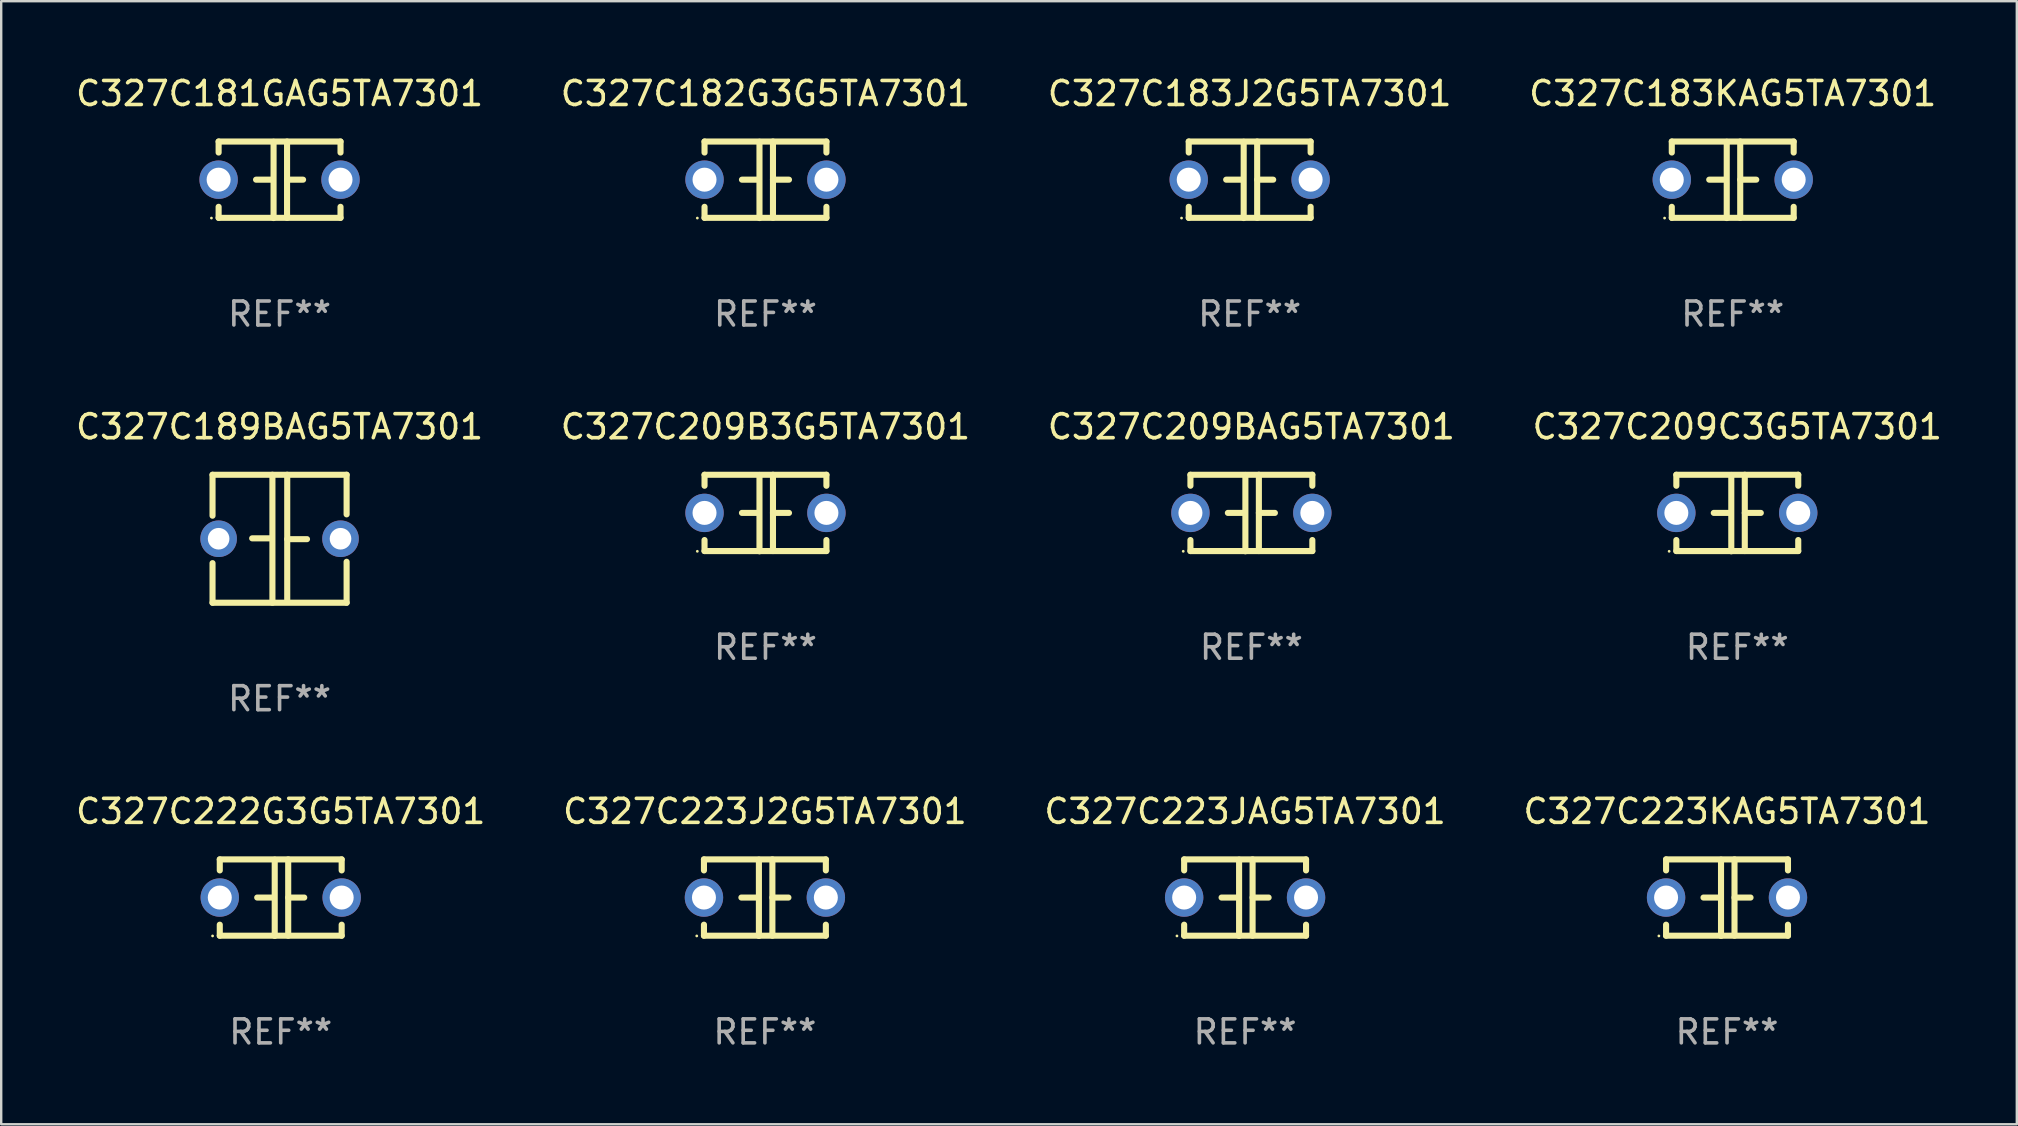
<source format=kicad_pcb>
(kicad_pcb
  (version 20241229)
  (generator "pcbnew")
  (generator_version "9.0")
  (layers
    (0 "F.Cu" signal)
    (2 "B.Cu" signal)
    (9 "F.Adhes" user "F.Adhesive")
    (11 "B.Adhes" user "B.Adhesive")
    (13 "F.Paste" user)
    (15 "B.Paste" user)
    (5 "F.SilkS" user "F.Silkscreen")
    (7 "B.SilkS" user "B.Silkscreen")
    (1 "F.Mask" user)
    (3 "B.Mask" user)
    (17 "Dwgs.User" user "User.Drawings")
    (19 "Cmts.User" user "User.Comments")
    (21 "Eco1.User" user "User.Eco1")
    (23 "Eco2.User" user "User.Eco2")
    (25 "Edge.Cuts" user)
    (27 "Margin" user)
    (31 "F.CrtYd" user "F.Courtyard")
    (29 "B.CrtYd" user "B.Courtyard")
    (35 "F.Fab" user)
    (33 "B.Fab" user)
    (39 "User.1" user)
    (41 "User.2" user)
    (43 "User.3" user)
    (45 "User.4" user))
  (footprint "C327C183KAG5TA7301"
    (layer "F.Cu")
    (at 69.161 4.443)
    (property "Reference" "C327C183KAG5TA7301" (at 0 -3.595 0) (layer "F.SilkS") (effects (font (size 1 1) (thickness 0.15))))
    (attr through_hole)
    (fp_line (start -2.54 -1.595) (end -2.54 -1.136) (stroke (width 0.254) (type solid)) (layer "F.SilkS"))
    (fp_line (start -2.54 -1.595) (end 2.54 -1.595) (stroke (width 0.254) (type solid)) (layer "F.SilkS"))
    (fp_line (start -2.54 1.126) (end -2.54 1.585) (stroke (width 0.254) (type solid)) (layer "F.SilkS"))
    (fp_line (start -0.312 -0.005) (end -0.98 -0.005) (stroke (width 0.254) (type solid)) (layer "F.SilkS"))
    (fp_line (start -0.25 -1.585) (end -0.25 1.595) (stroke (width 0.254) (type solid)) (layer "F.SilkS"))
    (fp_line (start 0.312 -1.595) (end 0.312 1.585) (stroke (width 0.254) (type solid)) (layer "F.SilkS"))
    (fp_line (start 0.312 -0.005) (end 0.98 -0.005) (stroke (width 0.254) (type solid)) (layer "F.SilkS"))
    (fp_line (start 2.54 -1.595) (end 2.54 -1.136) (stroke (width 0.254) (type solid)) (layer "F.SilkS"))
    (fp_line (start 2.54 1.126) (end 2.54 1.585) (stroke (width 0.254) (type solid)) (layer "F.SilkS"))
    (fp_line (start 2.54 1.585) (end -2.54 1.585) (stroke (width 0.254) (type solid)) (layer "F.SilkS"))
    (fp_circle (center -2.84 1.595) (end -2.81 1.595) (stroke (width 0.06) (type solid)) (fill no) (layer "F.SilkS"))
    (fp_text user "REF**" (at 0 5.595 0) (layer "F.Fab") (effects (font (size 1 1) (thickness 0.15))))
    (pad "1" thru_hole circle (at -2.54 -0.005) (size 1.6 1.6) (drill 1) (layers "*.Cu" "*.Mask"))
    (pad "2" thru_hole circle (at 2.54 -0.005) (size 1.6 1.6) (drill 1) (layers "*.Cu" "*.Mask")))
  (footprint "C327C183J2G5TA7301"
    (layer "F.Cu")
    (at 49.03 4.443)
    (property "Reference" "C327C183J2G5TA7301" (at 0 -3.595 0) (layer "F.SilkS") (effects (font (size 1 1) (thickness 0.15))))
    (attr through_hole)
    (fp_line (start -2.54 -1.595) (end -2.54 -1.136) (stroke (width 0.254) (type solid)) (layer "F.SilkS"))
    (fp_line (start -2.54 -1.595) (end 2.54 -1.595) (stroke (width 0.254) (type solid)) (layer "F.SilkS"))
    (fp_line (start -2.54 1.126) (end -2.54 1.585) (stroke (width 0.254) (type solid)) (layer "F.SilkS"))
    (fp_line (start -0.312 -0.005) (end -0.98 -0.005) (stroke (width 0.254) (type solid)) (layer "F.SilkS"))
    (fp_line (start -0.25 -1.585) (end -0.25 1.595) (stroke (width 0.254) (type solid)) (layer "F.SilkS"))
    (fp_line (start 0.312 -1.595) (end 0.312 1.585) (stroke (width 0.254) (type solid)) (layer "F.SilkS"))
    (fp_line (start 0.312 -0.005) (end 0.98 -0.005) (stroke (width 0.254) (type solid)) (layer "F.SilkS"))
    (fp_line (start 2.54 -1.595) (end 2.54 -1.136) (stroke (width 0.254) (type solid)) (layer "F.SilkS"))
    (fp_line (start 2.54 1.126) (end 2.54 1.585) (stroke (width 0.254) (type solid)) (layer "F.SilkS"))
    (fp_line (start 2.54 1.585) (end -2.54 1.585) (stroke (width 0.254) (type solid)) (layer "F.SilkS"))
    (fp_circle (center -2.84 1.595) (end -2.81 1.595) (stroke (width 0.06) (type solid)) (fill no) (layer "F.SilkS"))
    (fp_text user "REF**" (at 0 5.595 0) (layer "F.Fab") (effects (font (size 1 1) (thickness 0.15))))
    (pad "1" thru_hole circle (at -2.54 -0.005) (size 1.6 1.6) (drill 1) (layers "*.Cu" "*.Mask"))
    (pad "2" thru_hole circle (at 2.54 -0.005) (size 1.6 1.6) (drill 1) (layers "*.Cu" "*.Mask")))
  (footprint "C327C223J2G5TA7301"
    (layer "F.Cu")
    (at 28.827 34.36)
    (property "Reference" "C327C223J2G5TA7301" (at 0 -3.595 0) (layer "F.SilkS") (effects (font (size 1 1) (thickness 0.15))))
    (attr through_hole)
    (fp_line (start -2.54 -1.595) (end -2.54 -1.136) (stroke (width 0.254) (type solid)) (layer "F.SilkS"))
    (fp_line (start -2.54 -1.595) (end 2.54 -1.595) (stroke (width 0.254) (type solid)) (layer "F.SilkS"))
    (fp_line (start -2.54 1.126) (end -2.54 1.585) (stroke (width 0.254) (type solid)) (layer "F.SilkS"))
    (fp_line (start -0.312 -0.005) (end -0.98 -0.005) (stroke (width 0.254) (type solid)) (layer "F.SilkS"))
    (fp_line (start -0.25 -1.585) (end -0.25 1.595) (stroke (width 0.254) (type solid)) (layer "F.SilkS"))
    (fp_line (start 0.312 -1.595) (end 0.312 1.585) (stroke (width 0.254) (type solid)) (layer "F.SilkS"))
    (fp_line (start 0.312 -0.005) (end 0.98 -0.005) (stroke (width 0.254) (type solid)) (layer "F.SilkS"))
    (fp_line (start 2.54 -1.595) (end 2.54 -1.136) (stroke (width 0.254) (type solid)) (layer "F.SilkS"))
    (fp_line (start 2.54 1.126) (end 2.54 1.585) (stroke (width 0.254) (type solid)) (layer "F.SilkS"))
    (fp_line (start 2.54 1.585) (end -2.54 1.585) (stroke (width 0.254) (type solid)) (layer "F.SilkS"))
    (fp_circle (center -2.84 1.595) (end -2.81 1.595) (stroke (width 0.06) (type solid)) (fill no) (layer "F.SilkS"))
    (fp_text user "REF**" (at 0 5.595 0) (layer "F.Fab") (effects (font (size 1 1) (thickness 0.15))))
    (pad "1" thru_hole circle (at -2.54 -0.005) (size 1.6 1.6) (drill 1) (layers "*.Cu" "*.Mask"))
    (pad "2" thru_hole circle (at 2.54 -0.005) (size 1.6 1.6) (drill 1) (layers "*.Cu" "*.Mask")))
  (footprint "C327C223JAG5TA7301"
    (layer "F.Cu")
    (at 48.839 34.36)
    (property "Reference" "C327C223JAG5TA7301" (at 0 -3.595 0) (layer "F.SilkS") (effects (font (size 1 1) (thickness 0.15))))
    (attr through_hole)
    (fp_line (start -2.54 -1.595) (end -2.54 -1.136) (stroke (width 0.254) (type solid)) (layer "F.SilkS"))
    (fp_line (start -2.54 -1.595) (end 2.54 -1.595) (stroke (width 0.254) (type solid)) (layer "F.SilkS"))
    (fp_line (start -2.54 1.126) (end -2.54 1.585) (stroke (width 0.254) (type solid)) (layer "F.SilkS"))
    (fp_line (start -0.312 -0.005) (end -0.98 -0.005) (stroke (width 0.254) (type solid)) (layer "F.SilkS"))
    (fp_line (start -0.25 -1.585) (end -0.25 1.595) (stroke (width 0.254) (type solid)) (layer "F.SilkS"))
    (fp_line (start 0.312 -1.595) (end 0.312 1.585) (stroke (width 0.254) (type solid)) (layer "F.SilkS"))
    (fp_line (start 0.312 -0.005) (end 0.98 -0.005) (stroke (width 0.254) (type solid)) (layer "F.SilkS"))
    (fp_line (start 2.54 -1.595) (end 2.54 -1.136) (stroke (width 0.254) (type solid)) (layer "F.SilkS"))
    (fp_line (start 2.54 1.126) (end 2.54 1.585) (stroke (width 0.254) (type solid)) (layer "F.SilkS"))
    (fp_line (start 2.54 1.585) (end -2.54 1.585) (stroke (width 0.254) (type solid)) (layer "F.SilkS"))
    (fp_circle (center -2.84 1.595) (end -2.81 1.595) (stroke (width 0.06) (type solid)) (fill no) (layer "F.SilkS"))
    (fp_text user "REF**" (at 0 5.595 0) (layer "F.Fab") (effects (font (size 1 1) (thickness 0.15))))
    (pad "1" thru_hole circle (at -2.54 -0.005) (size 1.6 1.6) (drill 1) (layers "*.Cu" "*.Mask"))
    (pad "2" thru_hole circle (at 2.54 -0.005) (size 1.6 1.6) (drill 1) (layers "*.Cu" "*.Mask")))
  (footprint "C327C209BAG5TA7301"
    (layer "F.Cu")
    (at 49.101 18.33)
    (property "Reference" "C327C209BAG5TA7301" (at 0 -3.595 0) (layer "F.SilkS") (effects (font (size 1 1) (thickness 0.15))))
    (attr through_hole)
    (fp_line (start -2.54 -1.595) (end -2.54 -1.136) (stroke (width 0.254) (type solid)) (layer "F.SilkS"))
    (fp_line (start -2.54 -1.595) (end 2.54 -1.595) (stroke (width 0.254) (type solid)) (layer "F.SilkS"))
    (fp_line (start -2.54 1.126) (end -2.54 1.585) (stroke (width 0.254) (type solid)) (layer "F.SilkS"))
    (fp_line (start -0.312 -0.005) (end -0.98 -0.005) (stroke (width 0.254) (type solid)) (layer "F.SilkS"))
    (fp_line (start -0.25 -1.585) (end -0.25 1.595) (stroke (width 0.254) (type solid)) (layer "F.SilkS"))
    (fp_line (start 0.312 -1.595) (end 0.312 1.585) (stroke (width 0.254) (type solid)) (layer "F.SilkS"))
    (fp_line (start 0.312 -0.005) (end 0.98 -0.005) (stroke (width 0.254) (type solid)) (layer "F.SilkS"))
    (fp_line (start 2.54 -1.595) (end 2.54 -1.136) (stroke (width 0.254) (type solid)) (layer "F.SilkS"))
    (fp_line (start 2.54 1.126) (end 2.54 1.585) (stroke (width 0.254) (type solid)) (layer "F.SilkS"))
    (fp_line (start 2.54 1.585) (end -2.54 1.585) (stroke (width 0.254) (type solid)) (layer "F.SilkS"))
    (fp_circle (center -2.84 1.595) (end -2.81 1.595) (stroke (width 0.06) (type solid)) (fill no) (layer "F.SilkS"))
    (fp_text user "REF**" (at 0 5.595 0) (layer "F.Fab") (effects (font (size 1 1) (thickness 0.15))))
    (pad "1" thru_hole circle (at -2.54 -0.005) (size 1.6 1.6) (drill 1) (layers "*.Cu" "*.Mask"))
    (pad "2" thru_hole circle (at 2.54 -0.005) (size 1.6 1.6) (drill 1) (layers "*.Cu" "*.Mask")))
  (footprint "C327C209B3G5TA7301"
    (layer "F.Cu")
    (at 28.851 18.33)
    (property "Reference" "C327C209B3G5TA7301" (at 0 -3.595 0) (layer "F.SilkS") (effects (font (size 1 1) (thickness 0.15))))
    (attr through_hole)
    (fp_line (start -2.54 -1.595) (end -2.54 -1.136) (stroke (width 0.254) (type solid)) (layer "F.SilkS"))
    (fp_line (start -2.54 -1.595) (end 2.54 -1.595) (stroke (width 0.254) (type solid)) (layer "F.SilkS"))
    (fp_line (start -2.54 1.126) (end -2.54 1.585) (stroke (width 0.254) (type solid)) (layer "F.SilkS"))
    (fp_line (start -0.312 -0.005) (end -0.98 -0.005) (stroke (width 0.254) (type solid)) (layer "F.SilkS"))
    (fp_line (start -0.25 -1.585) (end -0.25 1.595) (stroke (width 0.254) (type solid)) (layer "F.SilkS"))
    (fp_line (start 0.312 -1.595) (end 0.312 1.585) (stroke (width 0.254) (type solid)) (layer "F.SilkS"))
    (fp_line (start 0.312 -0.005) (end 0.98 -0.005) (stroke (width 0.254) (type solid)) (layer "F.SilkS"))
    (fp_line (start 2.54 -1.595) (end 2.54 -1.136) (stroke (width 0.254) (type solid)) (layer "F.SilkS"))
    (fp_line (start 2.54 1.126) (end 2.54 1.585) (stroke (width 0.254) (type solid)) (layer "F.SilkS"))
    (fp_line (start 2.54 1.585) (end -2.54 1.585) (stroke (width 0.254) (type solid)) (layer "F.SilkS"))
    (fp_circle (center -2.84 1.595) (end -2.81 1.595) (stroke (width 0.06) (type solid)) (fill no) (layer "F.SilkS"))
    (fp_text user "REF**" (at 0 5.595 0) (layer "F.Fab") (effects (font (size 1 1) (thickness 0.15))))
    (pad "1" thru_hole circle (at -2.54 -0.005) (size 1.6 1.6) (drill 1) (layers "*.Cu" "*.Mask"))
    (pad "2" thru_hole circle (at 2.54 -0.005) (size 1.6 1.6) (drill 1) (layers "*.Cu" "*.Mask")))
  (footprint "C327C222G3G5TA7301"
    (layer "F.Cu")
    (at 8.649 34.36)
    (property "Reference" "C327C222G3G5TA7301" (at 0 -3.595 0) (layer "F.SilkS") (effects (font (size 1 1) (thickness 0.15))))
    (attr through_hole)
    (fp_line (start -2.54 -1.595) (end -2.54 -1.136) (stroke (width 0.254) (type solid)) (layer "F.SilkS"))
    (fp_line (start -2.54 -1.595) (end 2.54 -1.595) (stroke (width 0.254) (type solid)) (layer "F.SilkS"))
    (fp_line (start -2.54 1.126) (end -2.54 1.585) (stroke (width 0.254) (type solid)) (layer "F.SilkS"))
    (fp_line (start -0.312 -0.005) (end -0.98 -0.005) (stroke (width 0.254) (type solid)) (layer "F.SilkS"))
    (fp_line (start -0.25 -1.585) (end -0.25 1.595) (stroke (width 0.254) (type solid)) (layer "F.SilkS"))
    (fp_line (start 0.312 -1.595) (end 0.312 1.585) (stroke (width 0.254) (type solid)) (layer "F.SilkS"))
    (fp_line (start 0.312 -0.005) (end 0.98 -0.005) (stroke (width 0.254) (type solid)) (layer "F.SilkS"))
    (fp_line (start 2.54 -1.595) (end 2.54 -1.136) (stroke (width 0.254) (type solid)) (layer "F.SilkS"))
    (fp_line (start 2.54 1.126) (end 2.54 1.585) (stroke (width 0.254) (type solid)) (layer "F.SilkS"))
    (fp_line (start 2.54 1.585) (end -2.54 1.585) (stroke (width 0.254) (type solid)) (layer "F.SilkS"))
    (fp_circle (center -2.84 1.595) (end -2.81 1.595) (stroke (width 0.06) (type solid)) (fill no) (layer "F.SilkS"))
    (fp_text user "REF**" (at 0 5.595 0) (layer "F.Fab") (effects (font (size 1 1) (thickness 0.15))))
    (pad "1" thru_hole circle (at -2.54 -0.005) (size 1.6 1.6) (drill 1) (layers "*.Cu" "*.Mask"))
    (pad "2" thru_hole circle (at 2.54 -0.005) (size 1.6 1.6) (drill 1) (layers "*.Cu" "*.Mask")))
  (footprint "C327C209C3G5TA7301"
    (layer "F.Cu")
    (at 69.351 18.33)
    (property "Reference" "C327C209C3G5TA7301" (at 0 -3.595 0) (layer "F.SilkS") (effects (font (size 1 1) (thickness 0.15))))
    (attr through_hole)
    (fp_line (start -2.54 -1.595) (end -2.54 -1.136) (stroke (width 0.254) (type solid)) (layer "F.SilkS"))
    (fp_line (start -2.54 -1.595) (end 2.54 -1.595) (stroke (width 0.254) (type solid)) (layer "F.SilkS"))
    (fp_line (start -2.54 1.126) (end -2.54 1.585) (stroke (width 0.254) (type solid)) (layer "F.SilkS"))
    (fp_line (start -0.312 -0.005) (end -0.98 -0.005) (stroke (width 0.254) (type solid)) (layer "F.SilkS"))
    (fp_line (start -0.25 -1.585) (end -0.25 1.595) (stroke (width 0.254) (type solid)) (layer "F.SilkS"))
    (fp_line (start 0.312 -1.595) (end 0.312 1.585) (stroke (width 0.254) (type solid)) (layer "F.SilkS"))
    (fp_line (start 0.312 -0.005) (end 0.98 -0.005) (stroke (width 0.254) (type solid)) (layer "F.SilkS"))
    (fp_line (start 2.54 -1.595) (end 2.54 -1.136) (stroke (width 0.254) (type solid)) (layer "F.SilkS"))
    (fp_line (start 2.54 1.126) (end 2.54 1.585) (stroke (width 0.254) (type solid)) (layer "F.SilkS"))
    (fp_line (start 2.54 1.585) (end -2.54 1.585) (stroke (width 0.254) (type solid)) (layer "F.SilkS"))
    (fp_circle (center -2.84 1.595) (end -2.81 1.595) (stroke (width 0.06) (type solid)) (fill no) (layer "F.SilkS"))
    (fp_text user "REF**" (at 0 5.595 0) (layer "F.Fab") (effects (font (size 1 1) (thickness 0.15))))
    (pad "1" thru_hole circle (at -2.54 -0.005) (size 1.6 1.6) (drill 1) (layers "*.Cu" "*.Mask"))
    (pad "2" thru_hole circle (at 2.54 -0.005) (size 1.6 1.6) (drill 1) (layers "*.Cu" "*.Mask")))
  (footprint "C327C223KAG5TA7301"
    (layer "F.Cu")
    (at 68.923 34.36)
    (property "Reference" "C327C223KAG5TA7301" (at 0 -3.595 0) (layer "F.SilkS") (effects (font (size 1 1) (thickness 0.15))))
    (attr through_hole)
    (fp_line (start -2.54 -1.595) (end -2.54 -1.136) (stroke (width 0.254) (type solid)) (layer "F.SilkS"))
    (fp_line (start -2.54 -1.595) (end 2.54 -1.595) (stroke (width 0.254) (type solid)) (layer "F.SilkS"))
    (fp_line (start -2.54 1.126) (end -2.54 1.585) (stroke (width 0.254) (type solid)) (layer "F.SilkS"))
    (fp_line (start -0.312 -0.005) (end -0.98 -0.005) (stroke (width 0.254) (type solid)) (layer "F.SilkS"))
    (fp_line (start -0.25 -1.585) (end -0.25 1.595) (stroke (width 0.254) (type solid)) (layer "F.SilkS"))
    (fp_line (start 0.312 -1.595) (end 0.312 1.585) (stroke (width 0.254) (type solid)) (layer "F.SilkS"))
    (fp_line (start 0.312 -0.005) (end 0.98 -0.005) (stroke (width 0.254) (type solid)) (layer "F.SilkS"))
    (fp_line (start 2.54 -1.595) (end 2.54 -1.136) (stroke (width 0.254) (type solid)) (layer "F.SilkS"))
    (fp_line (start 2.54 1.126) (end 2.54 1.585) (stroke (width 0.254) (type solid)) (layer "F.SilkS"))
    (fp_line (start 2.54 1.585) (end -2.54 1.585) (stroke (width 0.254) (type solid)) (layer "F.SilkS"))
    (fp_circle (center -2.84 1.595) (end -2.81 1.595) (stroke (width 0.06) (type solid)) (fill no) (layer "F.SilkS"))
    (fp_text user "REF**" (at 0 5.595 0) (layer "F.Fab") (effects (font (size 1 1) (thickness 0.15))))
    (pad "1" thru_hole circle (at -2.54 -0.005) (size 1.6 1.6) (drill 1) (layers "*.Cu" "*.Mask"))
    (pad "2" thru_hole circle (at 2.54 -0.005) (size 1.6 1.6) (drill 1) (layers "*.Cu" "*.Mask")))
  (footprint "C327C181GAG5TA7301"
    (layer "F.Cu")
    (at 8.601 4.443)
    (property "Reference" "C327C181GAG5TA7301" (at 0 -3.595 0) (layer "F.SilkS") (effects (font (size 1 1) (thickness 0.15))))
    (attr through_hole)
    (fp_line (start -2.54 -1.595) (end -2.54 -1.136) (stroke (width 0.254) (type solid)) (layer "F.SilkS"))
    (fp_line (start -2.54 -1.595) (end 2.54 -1.595) (stroke (width 0.254) (type solid)) (layer "F.SilkS"))
    (fp_line (start -2.54 1.126) (end -2.54 1.585) (stroke (width 0.254) (type solid)) (layer "F.SilkS"))
    (fp_line (start -0.312 -0.005) (end -0.98 -0.005) (stroke (width 0.254) (type solid)) (layer "F.SilkS"))
    (fp_line (start -0.25 -1.585) (end -0.25 1.595) (stroke (width 0.254) (type solid)) (layer "F.SilkS"))
    (fp_line (start 0.312 -1.595) (end 0.312 1.585) (stroke (width 0.254) (type solid)) (layer "F.SilkS"))
    (fp_line (start 0.312 -0.005) (end 0.98 -0.005) (stroke (width 0.254) (type solid)) (layer "F.SilkS"))
    (fp_line (start 2.54 -1.595) (end 2.54 -1.136) (stroke (width 0.254) (type solid)) (layer "F.SilkS"))
    (fp_line (start 2.54 1.126) (end 2.54 1.585) (stroke (width 0.254) (type solid)) (layer "F.SilkS"))
    (fp_line (start 2.54 1.585) (end -2.54 1.585) (stroke (width 0.254) (type solid)) (layer "F.SilkS"))
    (fp_circle (center -2.84 1.595) (end -2.81 1.595) (stroke (width 0.06) (type solid)) (fill no) (layer "F.SilkS"))
    (fp_text user "REF**" (at 0 5.595 0) (layer "F.Fab") (effects (font (size 1 1) (thickness 0.15))))
    (pad "1" thru_hole circle (at -2.54 -0.005) (size 1.6 1.6) (drill 1) (layers "*.Cu" "*.Mask"))
    (pad "2" thru_hole circle (at 2.54 -0.005) (size 1.6 1.6) (drill 1) (layers "*.Cu" "*.Mask")))
  (footprint "C327C189BAG5TA7301"
    (layer "F.Cu")
    (at 8.601 19.402)
    (property "Reference" "C327C189BAG5TA7301" (at 0 -4.667 0) (layer "F.SilkS") (effects (font (size 1 1) (thickness 0.15))))
    (attr through_hole)
    (fp_line (start -2.794 -2.667) (end -2.794 -0.96) (stroke (width 0.254) (type solid)) (layer "F.SilkS"))
    (fp_line (start -2.794 1.016) (end -2.794 2.667) (stroke (width 0.254) (type solid)) (layer "F.SilkS"))
    (fp_line (start -2.794 2.667) (end 2.794 2.667) (stroke (width 0.254) (type solid)) (layer "F.SilkS"))
    (fp_line (start -0.319 -0.017) (end -1.143 -0.017) (stroke (width 0.254) (type solid)) (layer "F.SilkS"))
    (fp_line (start -0.298 -2.667) (end -0.298 2.667) (stroke (width 0.254) (type solid)) (layer "F.SilkS"))
    (fp_line (start 0.319 -2.667) (end 0.319 2.54) (stroke (width 0.254) (type solid)) (layer "F.SilkS"))
    (fp_line (start 0.319 0.017) (end 1.143 0.017) (stroke (width 0.254) (type solid)) (layer "F.SilkS"))
    (fp_line (start 2.794 -2.667) (end -2.794 -2.667) (stroke (width 0.254) (type solid)) (layer "F.SilkS"))
    (fp_line (start 2.794 -1.016) (end 2.794 -2.667) (stroke (width 0.254) (type solid)) (layer "F.SilkS"))
    (fp_line (start 2.794 2.667) (end 2.794 0.96) (stroke (width 0.254) (type solid)) (layer "F.SilkS"))
    (fp_circle (center -2.79 2.55) (end -2.76 2.55) (stroke (width 0.06) (type solid)) (fill no) (layer "F.SilkS"))
    (fp_text user "REF**" (at 0 6.667 0) (layer "F.Fab") (effects (font (size 1 1) (thickness 0.15))))
    (pad "1" thru_hole circle (at -2.54 0) (size 1.524 1.524) (drill 0.9) (layers "*.Cu" "*.Mask"))
    (pad "2" thru_hole circle (at 2.54 0) (size 1.524 1.524) (drill 0.9) (layers "*.Cu" "*.Mask")))
  (footprint "C327C182G3G5TA7301"
    (layer "F.Cu")
    (at 28.851 4.443)
    (property "Reference" "C327C182G3G5TA7301" (at 0 -3.595 0) (layer "F.SilkS") (effects (font (size 1 1) (thickness 0.15))))
    (attr through_hole)
    (fp_line (start -2.54 -1.595) (end -2.54 -1.136) (stroke (width 0.254) (type solid)) (layer "F.SilkS"))
    (fp_line (start -2.54 -1.595) (end 2.54 -1.595) (stroke (width 0.254) (type solid)) (layer "F.SilkS"))
    (fp_line (start -2.54 1.126) (end -2.54 1.585) (stroke (width 0.254) (type solid)) (layer "F.SilkS"))
    (fp_line (start -0.312 -0.005) (end -0.98 -0.005) (stroke (width 0.254) (type solid)) (layer "F.SilkS"))
    (fp_line (start -0.25 -1.585) (end -0.25 1.595) (stroke (width 0.254) (type solid)) (layer "F.SilkS"))
    (fp_line (start 0.312 -1.595) (end 0.312 1.585) (stroke (width 0.254) (type solid)) (layer "F.SilkS"))
    (fp_line (start 0.312 -0.005) (end 0.98 -0.005) (stroke (width 0.254) (type solid)) (layer "F.SilkS"))
    (fp_line (start 2.54 -1.595) (end 2.54 -1.136) (stroke (width 0.254) (type solid)) (layer "F.SilkS"))
    (fp_line (start 2.54 1.126) (end 2.54 1.585) (stroke (width 0.254) (type solid)) (layer "F.SilkS"))
    (fp_line (start 2.54 1.585) (end -2.54 1.585) (stroke (width 0.254) (type solid)) (layer "F.SilkS"))
    (fp_circle (center -2.84 1.595) (end -2.81 1.595) (stroke (width 0.06) (type solid)) (fill no) (layer "F.SilkS"))
    (fp_text user "REF**" (at 0 5.595 0) (layer "F.Fab") (effects (font (size 1 1) (thickness 0.15))))
    (pad "1" thru_hole circle (at -2.54 -0.005) (size 1.6 1.6) (drill 1) (layers "*.Cu" "*.Mask"))
    (pad "2" thru_hole circle (at 2.54 -0.005) (size 1.6 1.6) (drill 1) (layers "*.Cu" "*.Mask")))
  (gr_rect
    (start -3 -3)
    (end 81 43.803)
    (stroke (width 0.1) (type default))
    (fill no)
    (layer "Edge.Cuts")))
</source>
